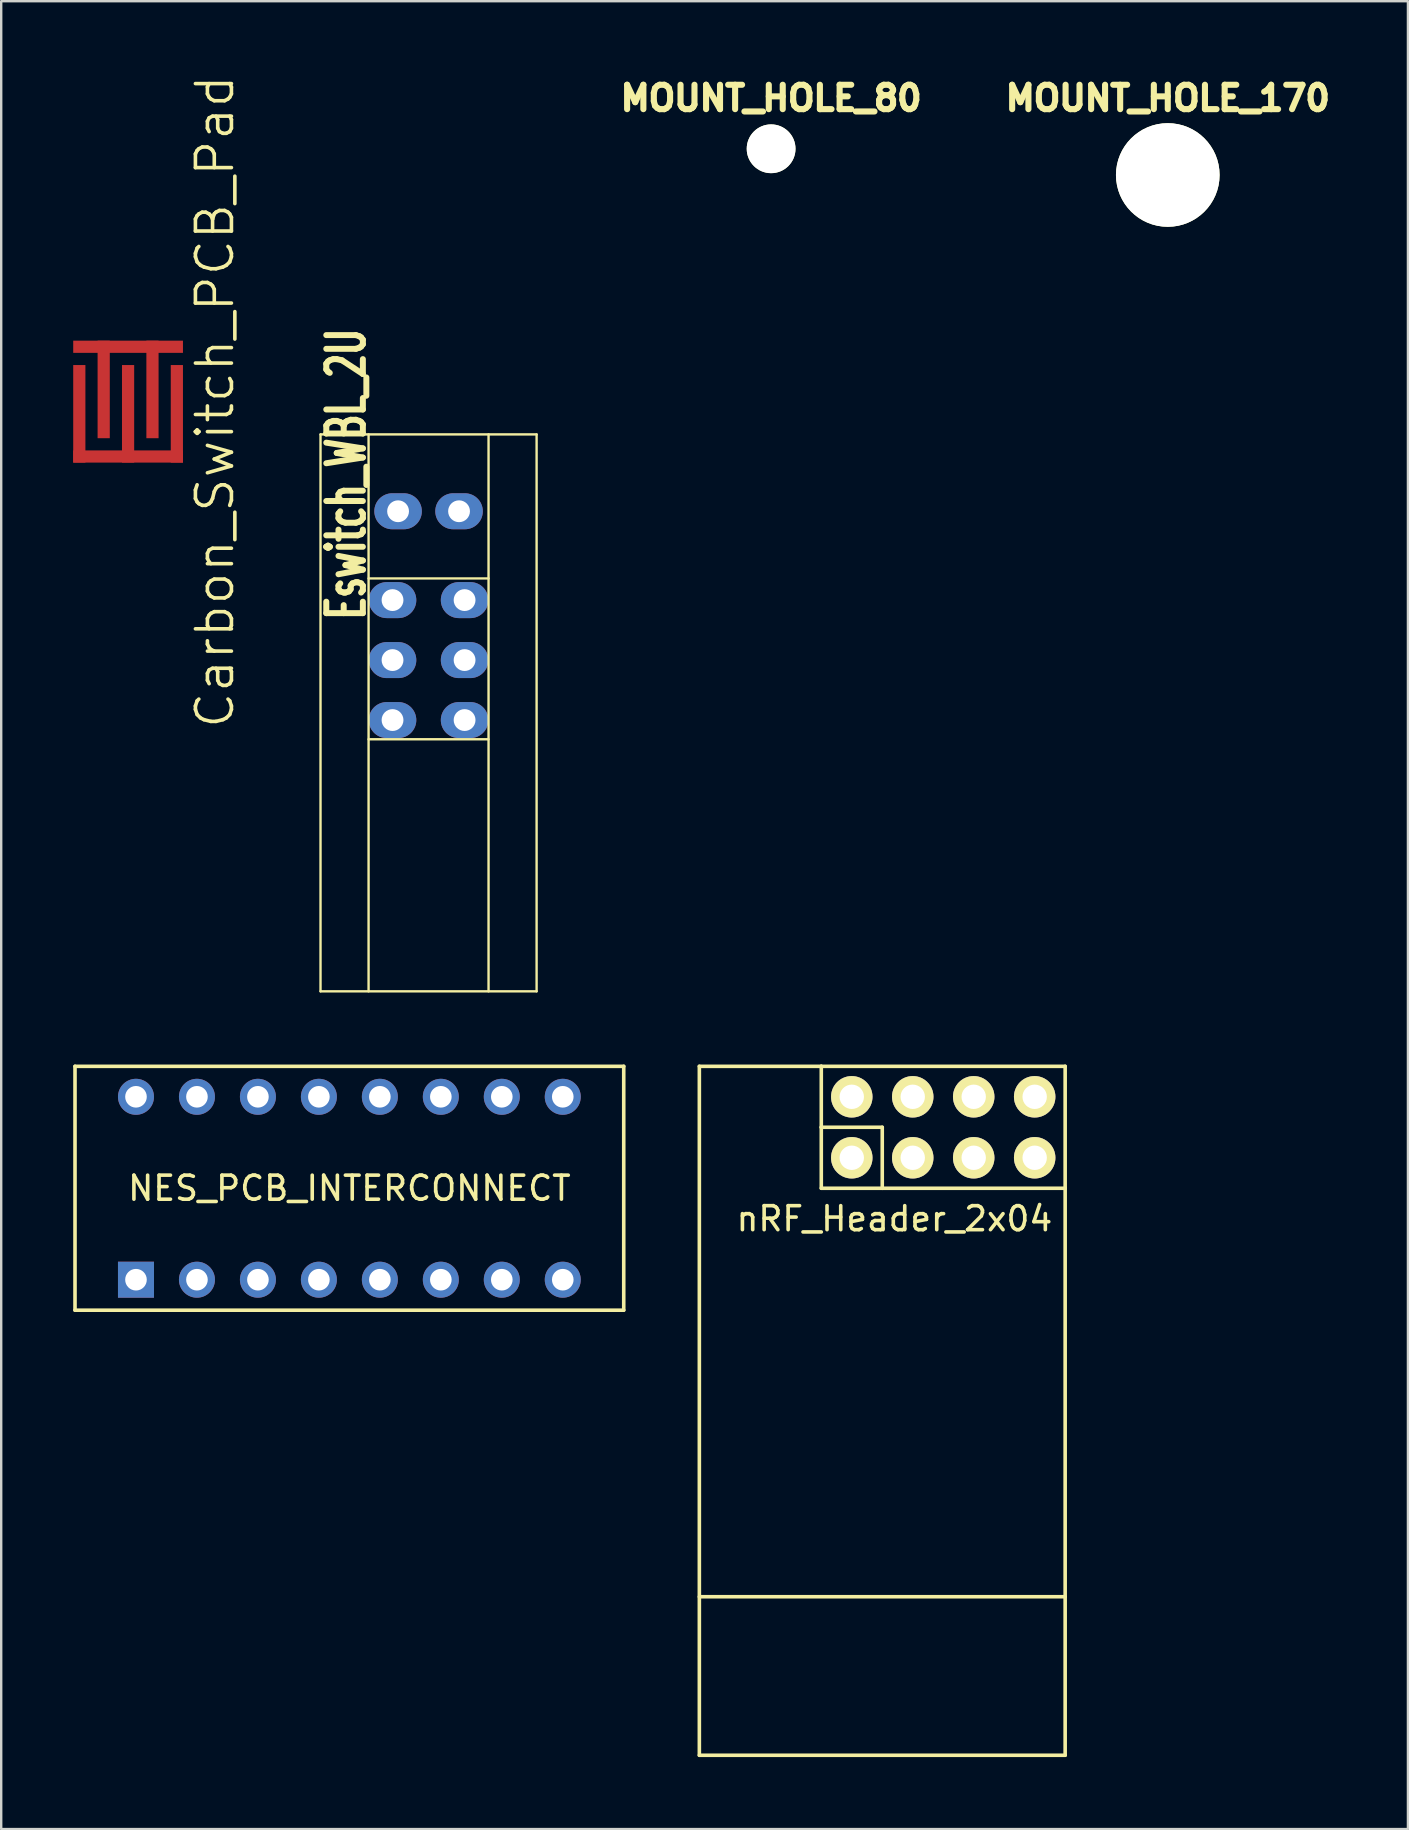
<source format=kicad_pcb>
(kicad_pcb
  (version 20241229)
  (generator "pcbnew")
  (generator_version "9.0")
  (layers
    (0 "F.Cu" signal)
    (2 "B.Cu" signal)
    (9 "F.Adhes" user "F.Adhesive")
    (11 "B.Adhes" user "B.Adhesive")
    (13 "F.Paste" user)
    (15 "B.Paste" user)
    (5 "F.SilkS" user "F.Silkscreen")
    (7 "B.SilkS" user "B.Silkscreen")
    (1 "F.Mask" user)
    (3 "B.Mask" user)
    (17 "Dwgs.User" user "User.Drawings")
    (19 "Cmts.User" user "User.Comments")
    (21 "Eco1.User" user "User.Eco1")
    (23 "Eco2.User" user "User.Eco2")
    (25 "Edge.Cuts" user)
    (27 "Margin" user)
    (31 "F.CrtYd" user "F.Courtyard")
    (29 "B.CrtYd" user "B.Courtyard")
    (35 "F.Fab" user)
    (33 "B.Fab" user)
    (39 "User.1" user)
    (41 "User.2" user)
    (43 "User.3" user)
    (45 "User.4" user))
  (footprint "Eswitch_WBL_2U"
    (layer "F.Cu")
    (at 14.804 24.449)
    (property "Reference" "Eswitch_WBL_2U" (at -3.429 -7.747 270) (layer "F.SilkS") (effects (font (size 1.524 1.001) (thickness 0.249))))
    (attr through_hole)
    (fp_line (start -4.501 -9.401) (end -4.501 13.8) (stroke (width 0.099) (type solid)) (layer "F.SilkS"))
    (fp_line (start -4.501 -9.401) (end 4.501 -9.401) (stroke (width 0.099) (type solid)) (layer "F.SilkS"))
    (fp_line (start -2.499 -3.401) (end 2.499 -3.401) (stroke (width 0.099) (type solid)) (layer "F.SilkS"))
    (fp_line (start -2.499 3.299) (end 2.499 3.299) (stroke (width 0.099) (type solid)) (layer "F.SilkS"))
    (fp_line (start -2.499 13.8) (end -2.499 -9.401) (stroke (width 0.099) (type solid)) (layer "F.SilkS"))
    (fp_line (start 2.499 13.8) (end 2.499 -9.401) (stroke (width 0.099) (type solid)) (layer "F.SilkS"))
    (fp_line (start 4.501 -9.401) (end 4.501 13.8) (stroke (width 0.099) (type solid)) (layer "F.SilkS"))
    (fp_line (start 4.501 13.8) (end -4.501 13.8) (stroke (width 0.099) (type solid)) (layer "F.SilkS"))
    (fp_line (start -4.501 -10) (end 4.501 -10) (stroke (width 0.5) (type solid)) (layer "Eco1.User"))
    (fp_line (start -4.45 -18.9) (end -4.45 -17.899) (stroke (width 0.099) (type solid)) (layer "Eco1.User"))
    (fp_line (start -4.45 -18.9) (end 4.45 -18.9) (stroke (width 0.099) (type solid)) (layer "Eco1.User"))
    (fp_line (start -4.45 -17.899) (end 4.45 -17.899) (stroke (width 0.099) (type solid)) (layer "Eco1.User"))
    (fp_line (start -1.651 -24.399) (end -1.651 -9.401) (stroke (width 0.099) (type solid)) (layer "Eco1.User"))
    (fp_line (start -1.651 -24.399) (end 1.651 -24.399) (stroke (width 0.099) (type solid)) (layer "Eco1.User"))
    (fp_line (start -1.651 -21.9) (end 1.651 -21.9) (stroke (width 0.099) (type solid)) (layer "Eco1.User"))
    (fp_line (start -1.651 -20.899) (end 1.641 -20.899) (stroke (width 0.099) (type solid)) (layer "Eco1.User"))
    (fp_line (start 1.651 -24.399) (end 1.651 -9.401) (stroke (width 0.099) (type solid)) (layer "Eco1.User"))
    (fp_line (start 1.651 -9.401) (end 1.641 -9.411) (stroke (width 0.099) (type solid)) (layer "Eco1.User"))
    (fp_line (start 4.45 -18.9) (end 4.45 -17.899) (stroke (width 0.099) (type solid)) (layer "Eco1.User"))
    (fp_line (start 4.501 -17.501) (end -4.501 -17.501) (stroke (width 0.5) (type solid)) (layer "Eco1.User"))
    (fp_line (start 4.501 -17) (end -4.501 -15.999) (stroke (width 0.5) (type solid)) (layer "Eco1.User"))
    (fp_line (start 4.501 -15.499) (end -4.501 -14.501) (stroke (width 0.5) (type solid)) (layer "Eco1.User"))
    (fp_line (start 4.501 -14) (end -4.501 -13) (stroke (width 0.5) (type solid)) (layer "Eco1.User"))
    (fp_line (start 4.501 -12.502) (end -4.501 -11.501) (stroke (width 0.5) (type solid)) (layer "Eco1.User"))
    (fp_line (start 4.501 -10.998) (end -4.501 -10) (stroke (width 0.5) (type solid)) (layer "Eco1.User"))
    (pad "+" thru_hole oval (at 1.27 -6.2 90) (size 1.501 1.981) (drill 0.909) (layers "*.Cu" "*.Mask"))
    (pad "-" thru_hole oval (at -1.27 -6.2 90) (size 1.501 1.981) (drill 0.909) (layers "*.Cu" "*.Mask"))
    (pad "1" thru_hole oval (at 1.501 -2.499 90) (size 1.501 1.981) (drill 0.909) (layers "*.Cu" "*.Mask"))
    (pad "2" thru_hole oval (at 1.501 0 90) (size 1.501 1.981) (drill 0.909) (layers "*.Cu" "*.Mask"))
    (pad "3" thru_hole oval (at 1.501 2.499 90) (size 1.501 1.981) (drill 0.909) (layers "*.Cu" "*.Mask"))
    (pad "4" thru_hole oval (at -1.501 -2.499 90) (size 1.501 1.981) (drill 0.909) (layers "*.Cu" "*.Mask"))
    (pad "5" thru_hole oval (at -1.501 0 90) (size 1.501 1.981) (drill 0.909) (layers "*.Cu" "*.Mask"))
    (pad "6" thru_hole oval (at -1.501 2.499 90) (size 1.501 1.981) (drill 0.909) (layers "*.Cu" "*.Mask")))
  (footprint "nRF_Header_2x04"
    (layer "F.Cu")
    (at 36.245 43.913)
    (property "Reference" "nRF_Header_2x04" (at -2.032 3.81 0) (layer "F.SilkS") (effects (font (size 1 1) (thickness 0.15))))
    (attr through_hole)
    (fp_line (start -10.16 -2.54) (end -10.16 26.162) (stroke (width 0.15) (type solid)) (layer "F.SilkS"))
    (fp_line (start -10.16 26.162) (end 5.08 26.162) (stroke (width 0.15) (type solid)) (layer "F.SilkS"))
    (fp_line (start -5.08 -2.54) (end -10.16 -2.54) (stroke (width 0.15) (type solid)) (layer "F.SilkS"))
    (fp_line (start -5.08 -2.54) (end -5.08 0) (stroke (width 0.15) (type solid)) (layer "F.SilkS"))
    (fp_line (start -5.08 0) (end -2.54 0) (stroke (width 0.15) (type solid)) (layer "F.SilkS"))
    (fp_line (start -5.08 2.54) (end -5.08 0) (stroke (width 0.15) (type solid)) (layer "F.SilkS"))
    (fp_line (start -5.08 2.54) (end -2.54 2.54) (stroke (width 0.15) (type solid)) (layer "F.SilkS"))
    (fp_line (start -2.54 0) (end -2.54 2.54) (stroke (width 0.15) (type solid)) (layer "F.SilkS"))
    (fp_line (start -2.54 2.54) (end 5.08 2.54) (stroke (width 0.15) (type solid)) (layer "F.SilkS"))
    (fp_line (start 5.08 -2.54) (end -5.08 -2.54) (stroke (width 0.15) (type solid)) (layer "F.SilkS"))
    (fp_line (start 5.08 2.54) (end 5.08 -2.54) (stroke (width 0.15) (type solid)) (layer "F.SilkS"))
    (fp_line (start 5.08 19.558) (end -10.16 19.558) (stroke (width 0.15) (type solid)) (layer "F.SilkS"))
    (fp_line (start 5.08 26.162) (end 5.08 2.54) (stroke (width 0.15) (type solid)) (layer "F.SilkS"))
    (pad "1" thru_hole circle (at -3.81 1.27) (size 1.727 1.727) (drill 1.016) (layers "*.Cu" "*.Mask" "F.SilkS"))
    (pad "2" thru_hole oval (at -3.81 -1.27) (size 1.727 1.727) (drill 1.016) (layers "*.Cu" "*.Mask" "F.SilkS"))
    (pad "3" thru_hole oval (at -1.27 1.27) (size 1.727 1.727) (drill 1.016) (layers "*.Cu" "*.Mask" "F.SilkS"))
    (pad "4" thru_hole oval (at -1.27 -1.27) (size 1.727 1.727) (drill 1.016) (layers "*.Cu" "*.Mask" "F.SilkS"))
    (pad "5" thru_hole oval (at 1.27 1.27) (size 1.727 1.727) (drill 1.016) (layers "*.Cu" "*.Mask" "F.SilkS"))
    (pad "6" thru_hole oval (at 1.27 -1.27) (size 1.727 1.727) (drill 1.016) (layers "*.Cu" "*.Mask" "F.SilkS"))
    (pad "7" thru_hole oval (at 3.81 1.27) (size 1.727 1.727) (drill 1.016) (layers "*.Cu" "*.Mask" "F.SilkS"))
    (pad "8" thru_hole oval (at 3.81 -1.27) (size 1.727 1.727) (drill 1.016) (layers "*.Cu" "*.Mask" "F.SilkS")))
  (footprint "Carbon_Switch_PCB_Pad"
    (layer "F.Cu")
    (at 2.286 13.682)
    (property "Reference" "Carbon_Switch_PCB_Pad" (at 3.619 0 90) (layer "F.SilkS") (effects (font (size 1.5 1.5) (thickness 0.15))))
    (attr through_hole)
    (pad "1" smd rect (at -1.016 -0.508) (size 0.508 4.064) (layers "F.Cu" "F.Mask" "F.Paste"))
    (pad "1" smd rect (at 0 -2.286) (size 4.572 0.508) (layers "F.Cu" "F.Mask" "F.Paste"))
    (pad "1" smd rect (at 1.016 -0.508) (size 0.508 4.064) (layers "F.Cu" "F.Mask" "F.Paste"))
    (pad "2" smd rect (at -2.032 0.508) (size 0.508 4.064) (layers "F.Cu" "F.Mask" "F.Paste"))
    (pad "2" smd rect (at 0 0.508) (size 0.508 4.064) (layers "F.Cu" "F.Mask" "F.Paste"))
    (pad "2" smd rect (at 0 2.286) (size 4.572 0.508) (layers "F.Cu" "F.Mask" "F.Paste"))
    (pad "2" smd rect (at 2.032 0.508) (size 0.508 4.064) (layers "F.Cu" "F.Mask" "F.Paste")))
  (footprint "NES_PCB_INTERCONNECT"
    (layer "F.Cu")
    (at 11.505 46.453)
    (property "Reference" "NES_PCB_INTERCONNECT" (at 0 0 0) (layer "F.SilkS") (effects (font (size 1 1) (thickness 0.15))))
    (attr through_hole)
    (fp_line (start -11.43 -5.08) (end -11.43 5.08) (stroke (width 0.15) (type solid)) (layer "F.SilkS"))
    (fp_line (start -11.43 5.08) (end 11.43 5.08) (stroke (width 0.15) (type solid)) (layer "F.SilkS"))
    (fp_line (start 11.43 -5.08) (end -11.43 -5.08) (stroke (width 0.15) (type solid)) (layer "F.SilkS"))
    (fp_line (start 11.43 5.08) (end 11.43 -5.08) (stroke (width 0.15) (type solid)) (layer "F.SilkS"))
    (pad "1" thru_hole rect (at -8.89 3.81) (size 1.5 1.5) (drill 0.9) (layers "*.Cu" "*.Mask"))
    (pad "2" thru_hole circle (at -6.35 3.81) (size 1.5 1.5) (drill 0.9) (layers "*.Cu" "*.Mask"))
    (pad "3" thru_hole circle (at -3.81 3.81) (size 1.5 1.5) (drill 0.9) (layers "*.Cu" "*.Mask"))
    (pad "4" thru_hole circle (at -1.27 3.81) (size 1.5 1.5) (drill 0.9) (layers "*.Cu" "*.Mask"))
    (pad "5" thru_hole circle (at 1.27 3.81) (size 1.5 1.5) (drill 0.9) (layers "*.Cu" "*.Mask"))
    (pad "6" thru_hole circle (at 3.81 3.81) (size 1.5 1.5) (drill 0.9) (layers "*.Cu" "*.Mask"))
    (pad "7" thru_hole circle (at 6.35 3.81) (size 1.5 1.5) (drill 0.9) (layers "*.Cu" "*.Mask"))
    (pad "8" thru_hole circle (at 8.89 3.81) (size 1.5 1.5) (drill 0.9) (layers "*.Cu" "*.Mask"))
    (pad "9" thru_hole circle (at 8.89 -3.81) (size 1.5 1.5) (drill 0.9) (layers "*.Cu" "*.Mask"))
    (pad "10" thru_hole circle (at 6.35 -3.81) (size 1.5 1.5) (drill 0.9) (layers "*.Cu" "*.Mask"))
    (pad "11" thru_hole circle (at 3.81 -3.81) (size 1.5 1.5) (drill 0.9) (layers "*.Cu" "*.Mask"))
    (pad "12" thru_hole circle (at 1.27 -3.81) (size 1.5 1.5) (drill 0.9) (layers "*.Cu" "*.Mask"))
    (pad "13" thru_hole circle (at -1.27 -3.81) (size 1.5 1.5) (drill 0.9) (layers "*.Cu" "*.Mask"))
    (pad "14" thru_hole circle (at -3.81 -3.81) (size 1.5 1.5) (drill 0.9) (layers "*.Cu" "*.Mask"))
    (pad "15" thru_hole circle (at -6.35 -3.81) (size 1.5 1.5) (drill 0.9) (layers "*.Cu" "*.Mask"))
    (pad "16" thru_hole circle (at -8.89 -3.81) (size 1.5 1.5) (drill 0.9) (layers "*.Cu" "*.Mask")))
  (footprint "MOUNT_HOLE_170"
    (layer "F.Cu")
    (at 45.6 4.24)
    (property "Reference" "MOUNT_HOLE_170" (at 0 -3.2 0) (layer "F.SilkS") (effects (font (size 1.016 1.016) (thickness 0.254))))
    (attr through_hole)
    (pad "" np_thru_hole circle (at 0 0) (size 4.318 4.318) (drill 4.318) (layers "*.Mask" "F.Cu" "F.SilkS")))
  (footprint "MOUNT_HOLE_80"
    (layer "F.Cu")
    (at 29.075 3.148)
    (property "Reference" "MOUNT_HOLE_80" (at 0 -2.108 0) (layer "F.SilkS") (effects (font (size 1.016 1.016) (thickness 0.254))))
    (attr through_hole)
    (pad "" np_thru_hole circle (at 0 0) (size 2.032 2.032) (drill 2.032) (layers "*.Mask" "F.Cu" "F.SilkS")))
  (gr_rect
    (start -3 -3)
    (end 55.605 73.15)
    (stroke (width 0.1) (type default))
    (fill no)
    (layer "Edge.Cuts")))
</source>
